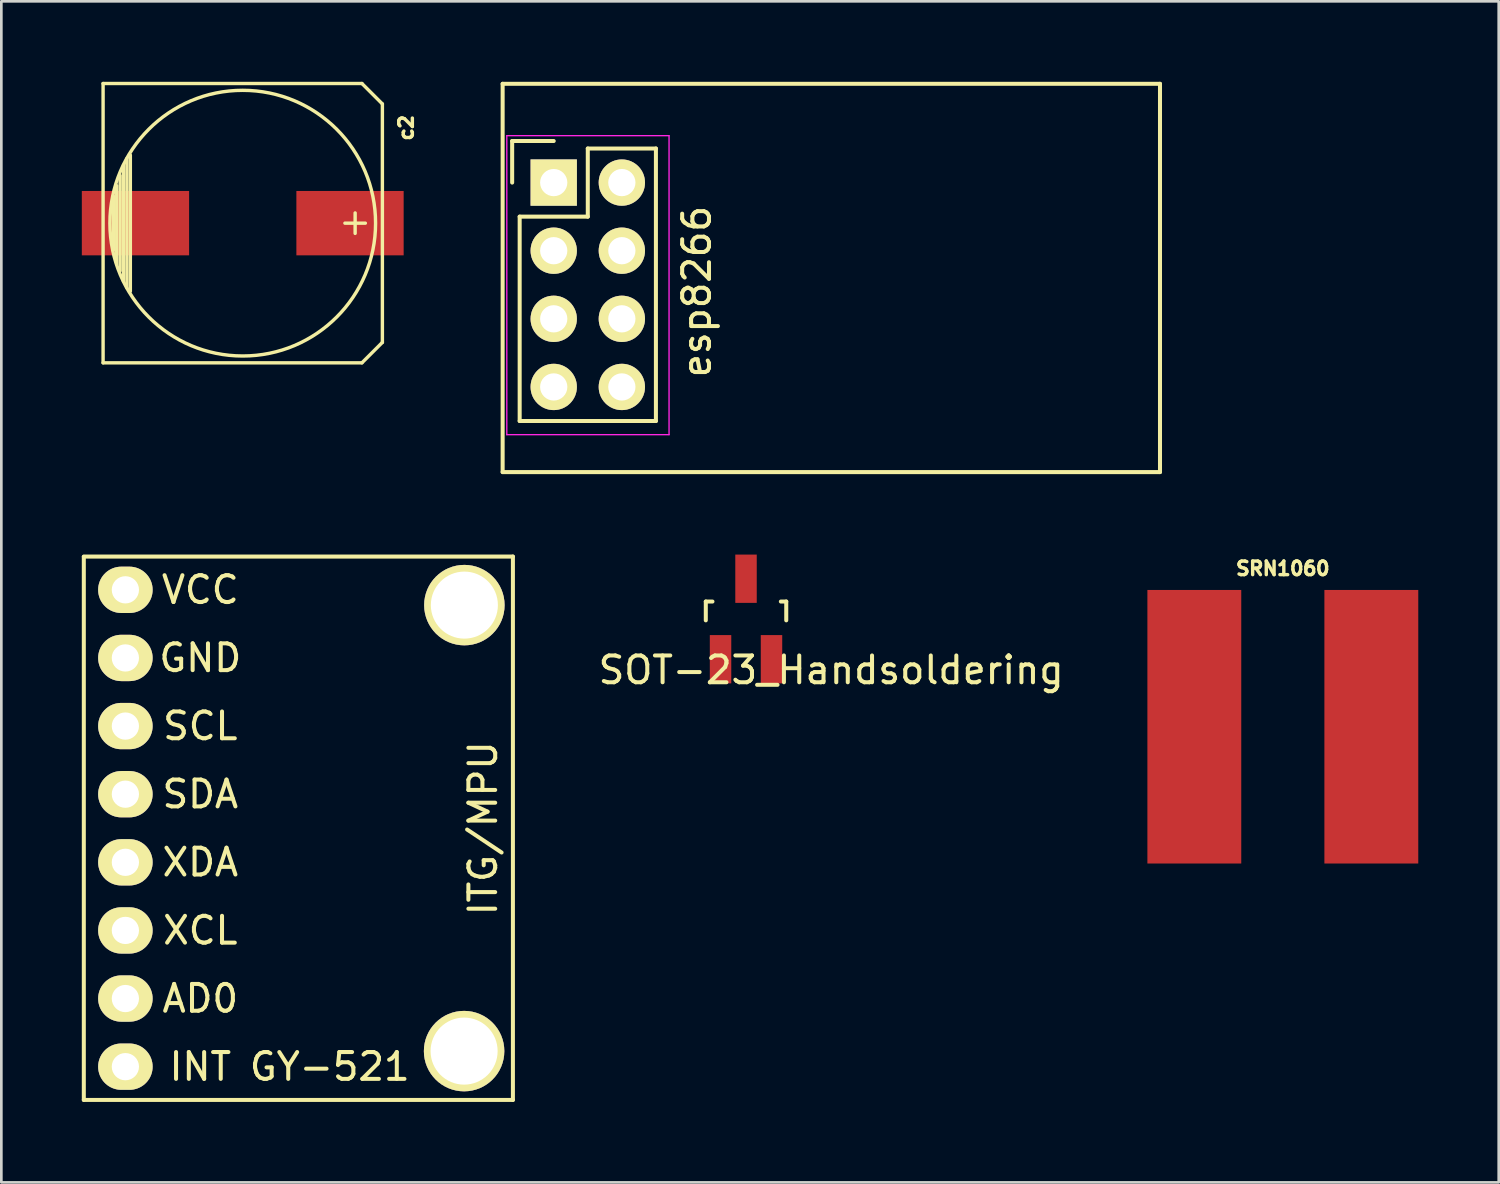
<source format=kicad_pcb>
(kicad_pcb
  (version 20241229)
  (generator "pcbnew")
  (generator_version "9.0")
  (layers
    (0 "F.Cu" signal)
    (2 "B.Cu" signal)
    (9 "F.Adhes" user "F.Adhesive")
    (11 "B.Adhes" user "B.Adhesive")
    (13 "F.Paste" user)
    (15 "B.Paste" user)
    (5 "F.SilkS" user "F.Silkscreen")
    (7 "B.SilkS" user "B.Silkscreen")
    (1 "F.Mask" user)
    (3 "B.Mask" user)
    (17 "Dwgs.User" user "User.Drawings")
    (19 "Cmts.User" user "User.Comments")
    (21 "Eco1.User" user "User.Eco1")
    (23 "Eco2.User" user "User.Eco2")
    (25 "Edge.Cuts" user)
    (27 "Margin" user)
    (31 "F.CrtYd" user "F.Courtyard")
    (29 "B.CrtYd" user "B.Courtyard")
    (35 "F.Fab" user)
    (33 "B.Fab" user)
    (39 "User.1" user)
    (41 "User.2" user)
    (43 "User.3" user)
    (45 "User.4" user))
  (footprint "c2"
    (layer "F.Cu")
    (at 6.001 5.271)
    (property "Reference" "c2" (at 6.096 -3.556 90) (layer "F.SilkS") (effects (font (size 0.508 0.508) (thickness 0.127))))
    (attr through_hole)
    (fp_line (start -5.207 -5.207) (end -5.207 5.207) (stroke (width 0.127) (type solid)) (layer "F.SilkS"))
    (fp_line (start -5.207 5.207) (end 4.445 5.207) (stroke (width 0.127) (type solid)) (layer "F.SilkS"))
    (fp_line (start -4.826 1.016) (end -4.826 -1.016) (stroke (width 0.127) (type solid)) (layer "F.SilkS"))
    (fp_line (start -4.699 -1.397) (end -4.699 1.524) (stroke (width 0.127) (type solid)) (layer "F.SilkS"))
    (fp_line (start -4.572 1.778) (end -4.572 -1.778) (stroke (width 0.127) (type solid)) (layer "F.SilkS"))
    (fp_line (start -4.445 -2.159) (end -4.445 2.159) (stroke (width 0.127) (type solid)) (layer "F.SilkS"))
    (fp_line (start -4.318 2.413) (end -4.318 -2.413) (stroke (width 0.127) (type solid)) (layer "F.SilkS"))
    (fp_line (start -4.191 -2.54) (end -4.191 2.54) (stroke (width 0.127) (type solid)) (layer "F.SilkS"))
    (fp_line (start 4.191 -0.381) (end 4.191 0.381) (stroke (width 0.127) (type solid)) (layer "F.SilkS"))
    (fp_line (start 4.445 -5.207) (end -5.207 -5.207) (stroke (width 0.127) (type solid)) (layer "F.SilkS"))
    (fp_line (start 4.445 5.207) (end 5.207 4.445) (stroke (width 0.127) (type solid)) (layer "F.SilkS"))
    (fp_line (start 4.572 0) (end 3.81 0) (stroke (width 0.127) (type solid)) (layer "F.SilkS"))
    (fp_line (start 5.207 -4.445) (end 4.445 -5.207) (stroke (width 0.127) (type solid)) (layer "F.SilkS"))
    (fp_line (start 5.207 4.445) (end 5.207 -4.445) (stroke (width 0.127) (type solid)) (layer "F.SilkS"))
    (fp_circle (center 0 0) (end 4.953 0) (stroke (width 0.127) (type solid)) (fill no) (layer "F.SilkS"))
    (pad "1" smd rect (at 4 0) (size 4 2.4) (layers "F.Cu" "F.Mask" "F.Paste"))
    (pad "2" smd rect (at -4 0) (size 4 2.4) (layers "F.Cu" "F.Mask" "F.Paste")))
  (footprint "SRN1060"
    (layer "F.Cu")
    (at 44.783 24.048)
    (property "Reference" "SRN1060" (at 0 -5.9 0) (layer "F.SilkS") (effects (font (size 0.508 0.508) (thickness 0.127))))
    (attr through_hole)
    (pad "1" smd rect (at -3.3 0) (size 3.5 10.2) (layers "F.Cu" "F.Mask" "F.Paste"))
    (pad "2" smd rect (at 3.3 0) (size 3.5 10.2) (layers "F.Cu" "F.Mask" "F.Paste")))
  (footprint "esp8266"
    (layer "F.Cu")
    (at 17.597 3.758)
    (property "Reference" "esp8266" (at 5.334 4.064 90) (layer "F.SilkS") (effects (font (size 1 1) (thickness 0.15))))
    (attr through_hole)
    (fp_line (start -1.905 -3.683) (end -1.905 10.795) (stroke (width 0.15) (type solid)) (layer "F.SilkS"))
    (fp_line (start -1.905 -3.683) (end 22.606 -3.683) (stroke (width 0.15) (type solid)) (layer "F.SilkS"))
    (fp_line (start -1.905 10.795) (end 22.606 10.795) (stroke (width 0.15) (type solid)) (layer "F.SilkS"))
    (fp_line (start -1.55 -1.55) (end -1.55 0) (stroke (width 0.15) (type solid)) (layer "F.SilkS"))
    (fp_line (start -1.27 1.27) (end -1.27 8.89) (stroke (width 0.15) (type solid)) (layer "F.SilkS"))
    (fp_line (start -1.27 8.89) (end 3.81 8.89) (stroke (width 0.15) (type solid)) (layer "F.SilkS"))
    (fp_line (start 0 -1.55) (end -1.55 -1.55) (stroke (width 0.15) (type solid)) (layer "F.SilkS"))
    (fp_line (start 1.27 -1.27) (end 1.27 1.27) (stroke (width 0.15) (type solid)) (layer "F.SilkS"))
    (fp_line (start 1.27 1.27) (end -1.27 1.27) (stroke (width 0.15) (type solid)) (layer "F.SilkS"))
    (fp_line (start 3.81 -1.27) (end 1.27 -1.27) (stroke (width 0.15) (type solid)) (layer "F.SilkS"))
    (fp_line (start 3.81 8.89) (end 3.81 -1.27) (stroke (width 0.15) (type solid)) (layer "F.SilkS"))
    (fp_line (start 22.606 -3.683) (end 22.606 10.795) (stroke (width 0.15) (type solid)) (layer "F.SilkS"))
    (fp_line (start -1.75 -1.75) (end -1.75 9.4) (stroke (width 0.05) (type solid)) (layer "F.CrtYd"))
    (fp_line (start -1.75 -1.75) (end 4.3 -1.75) (stroke (width 0.05) (type solid)) (layer "F.CrtYd"))
    (fp_line (start -1.75 9.4) (end 4.3 9.4) (stroke (width 0.05) (type solid)) (layer "F.CrtYd"))
    (fp_line (start 4.3 -1.75) (end 4.3 9.4) (stroke (width 0.05) (type solid)) (layer "F.CrtYd"))
    (pad "1" thru_hole rect (at 0 0) (size 1.727 1.727) (drill 1.016) (layers "*.Cu" "*.Mask" "F.SilkS"))
    (pad "2" thru_hole oval (at 2.54 0) (size 1.727 1.727) (drill 1.016) (layers "*.Cu" "*.Mask" "F.SilkS"))
    (pad "3" thru_hole oval (at 0 2.54) (size 1.727 1.727) (drill 1.016) (layers "*.Cu" "*.Mask" "F.SilkS"))
    (pad "4" thru_hole oval (at 2.54 2.54) (size 1.727 1.727) (drill 1.016) (layers "*.Cu" "*.Mask" "F.SilkS"))
    (pad "5" thru_hole oval (at 0 5.08) (size 1.727 1.727) (drill 1.016) (layers "*.Cu" "*.Mask" "F.SilkS"))
    (pad "6" thru_hole oval (at 2.54 5.08) (size 1.727 1.727) (drill 1.016) (layers "*.Cu" "*.Mask" "F.SilkS"))
    (pad "7" thru_hole oval (at 0 7.62) (size 1.727 1.727) (drill 1.016) (layers "*.Cu" "*.Mask" "F.SilkS"))
    (pad "8" thru_hole oval (at 2.54 7.62) (size 1.727 1.727) (drill 1.016) (layers "*.Cu" "*.Mask" "F.SilkS")))
  (footprint "SOT-23_Handsoldering"
    (layer "F.Cu")
    (at 24.767 20.03)
    (property "Reference" "SOT-23_Handsoldering" (at 3.175 1.905 0) (layer "F.SilkS") (effects (font (size 1 1) (thickness 0.15))))
    (attr smd)
    (fp_line (start -1.5 -0.65) (end -1.251 -0.65) (stroke (width 0.15) (type solid)) (layer "F.SilkS"))
    (fp_line (start -1.5 0.051) (end -1.5 -0.65) (stroke (width 0.15) (type solid)) (layer "F.SilkS"))
    (fp_line (start 1.299 -0.65) (end 1.5 -0.65) (stroke (width 0.15) (type solid)) (layer "F.SilkS"))
    (fp_line (start 1.5 -0.65) (end 1.5 0.051) (stroke (width 0.15) (type solid)) (layer "F.SilkS"))
    (pad "1" smd rect (at -0.95 1.501) (size 0.8 1.801) (layers "F.Cu" "F.Mask" "F.Paste"))
    (pad "2" smd rect (at 0.95 1.501) (size 0.8 1.801) (layers "F.Cu" "F.Mask" "F.Paste"))
    (pad "3" smd rect (at 0 -1.501) (size 0.8 1.801) (layers "F.Cu" "F.Mask" "F.Paste")))
  (footprint "GY-521"
    (layer "F.Cu")
    (at 1.625 18.943)
    (property "Reference" "GY-521" (at 7.62 17.78 0) (layer "F.SilkS") (effects (font (size 1 1) (thickness 0.15))))
    (attr through_hole)
    (fp_line (start -1.55 -1.24) (end 14.45 -1.24) (stroke (width 0.15) (type solid)) (layer "F.SilkS"))
    (fp_line (start -1.55 19.02) (end -1.55 -1.23) (stroke (width 0.15) (type solid)) (layer "F.SilkS"))
    (fp_line (start 14.45 -1.24) (end 14.45 19.02) (stroke (width 0.15) (type solid)) (layer "F.SilkS"))
    (fp_line (start 14.45 19.02) (end -1.55 19.02) (stroke (width 0.15) (type solid)) (layer "F.SilkS"))
    (fp_text user "AD0" (at 2.794 15.24 0) (layer "F.SilkS") (effects (font (size 1 1) (thickness 0.15))))
    (fp_text user "SCL" (at 2.794 5.08 0) (layer "F.SilkS") (effects (font (size 1 1) (thickness 0.15))))
    (fp_text user "ITG/MPU" (at 13.335 8.89 90) (layer "F.SilkS") (effects (font (size 1 1) (thickness 0.15))))
    (fp_text user "GND" (at 2.794 2.54 0) (layer "F.SilkS") (effects (font (size 1 1) (thickness 0.15))))
    (fp_text user "SDA" (at 2.794 7.62 0) (layer "F.SilkS") (effects (font (size 1 1) (thickness 0.15))))
    (fp_text user "VCC" (at 2.794 0 0) (layer "F.SilkS") (effects (font (size 1 1) (thickness 0.15))))
    (fp_text user "XDA" (at 2.794 10.16 0) (layer "F.SilkS") (effects (font (size 1 1) (thickness 0.15))))
    (fp_text user "XCL" (at 2.794 12.7 0) (layer "F.SilkS") (effects (font (size 1 1) (thickness 0.15))))
    (fp_text user "INT" (at 2.794 17.78 0) (layer "F.SilkS") (effects (font (size 1 1) (thickness 0.15))))
    (pad "" thru_hole circle (at 12.64 0.57) (size 3 3) (drill 2.5) (layers "*.Cu" "*.Mask" "F.SilkS"))
    (pad "1" thru_hole oval (at 0 0) (size 2.032 1.727) (drill 1.016) (layers "*.Cu" "*.Mask" "F.SilkS"))
    (pad "1" thru_hole circle (at 12.63 17.2) (size 3 3) (drill 2.5) (layers "*.Cu" "*.Mask" "F.SilkS"))
    (pad "2" thru_hole oval (at 0 2.54) (size 2.032 1.727) (drill 1.016) (layers "*.Cu" "*.Mask" "F.SilkS"))
    (pad "3" thru_hole oval (at 0 5.08) (size 2.032 1.727) (drill 1.016) (layers "*.Cu" "*.Mask" "F.SilkS"))
    (pad "4" thru_hole oval (at 0 7.62) (size 2.032 1.727) (drill 1.016) (layers "*.Cu" "*.Mask" "F.SilkS"))
    (pad "5" thru_hole oval (at 0 10.16) (size 2.032 1.727) (drill 1.016) (layers "*.Cu" "*.Mask" "F.SilkS"))
    (pad "6" thru_hole oval (at 0 12.7) (size 2.032 1.727) (drill 1.016) (layers "*.Cu" "*.Mask" "F.SilkS"))
    (pad "7" thru_hole oval (at 0 15.24) (size 2.032 1.727) (drill 1.016) (layers "*.Cu" "*.Mask" "F.SilkS"))
    (pad "8" thru_hole oval (at 0 17.78) (size 2.032 1.727) (drill 1.016) (layers "*.Cu" "*.Mask" "F.SilkS")))
  (gr_rect
    (start -3 -3)
    (end 52.833 41.038)
    (stroke (width 0.1) (type default))
    (fill no)
    (layer "Edge.Cuts")))
</source>
